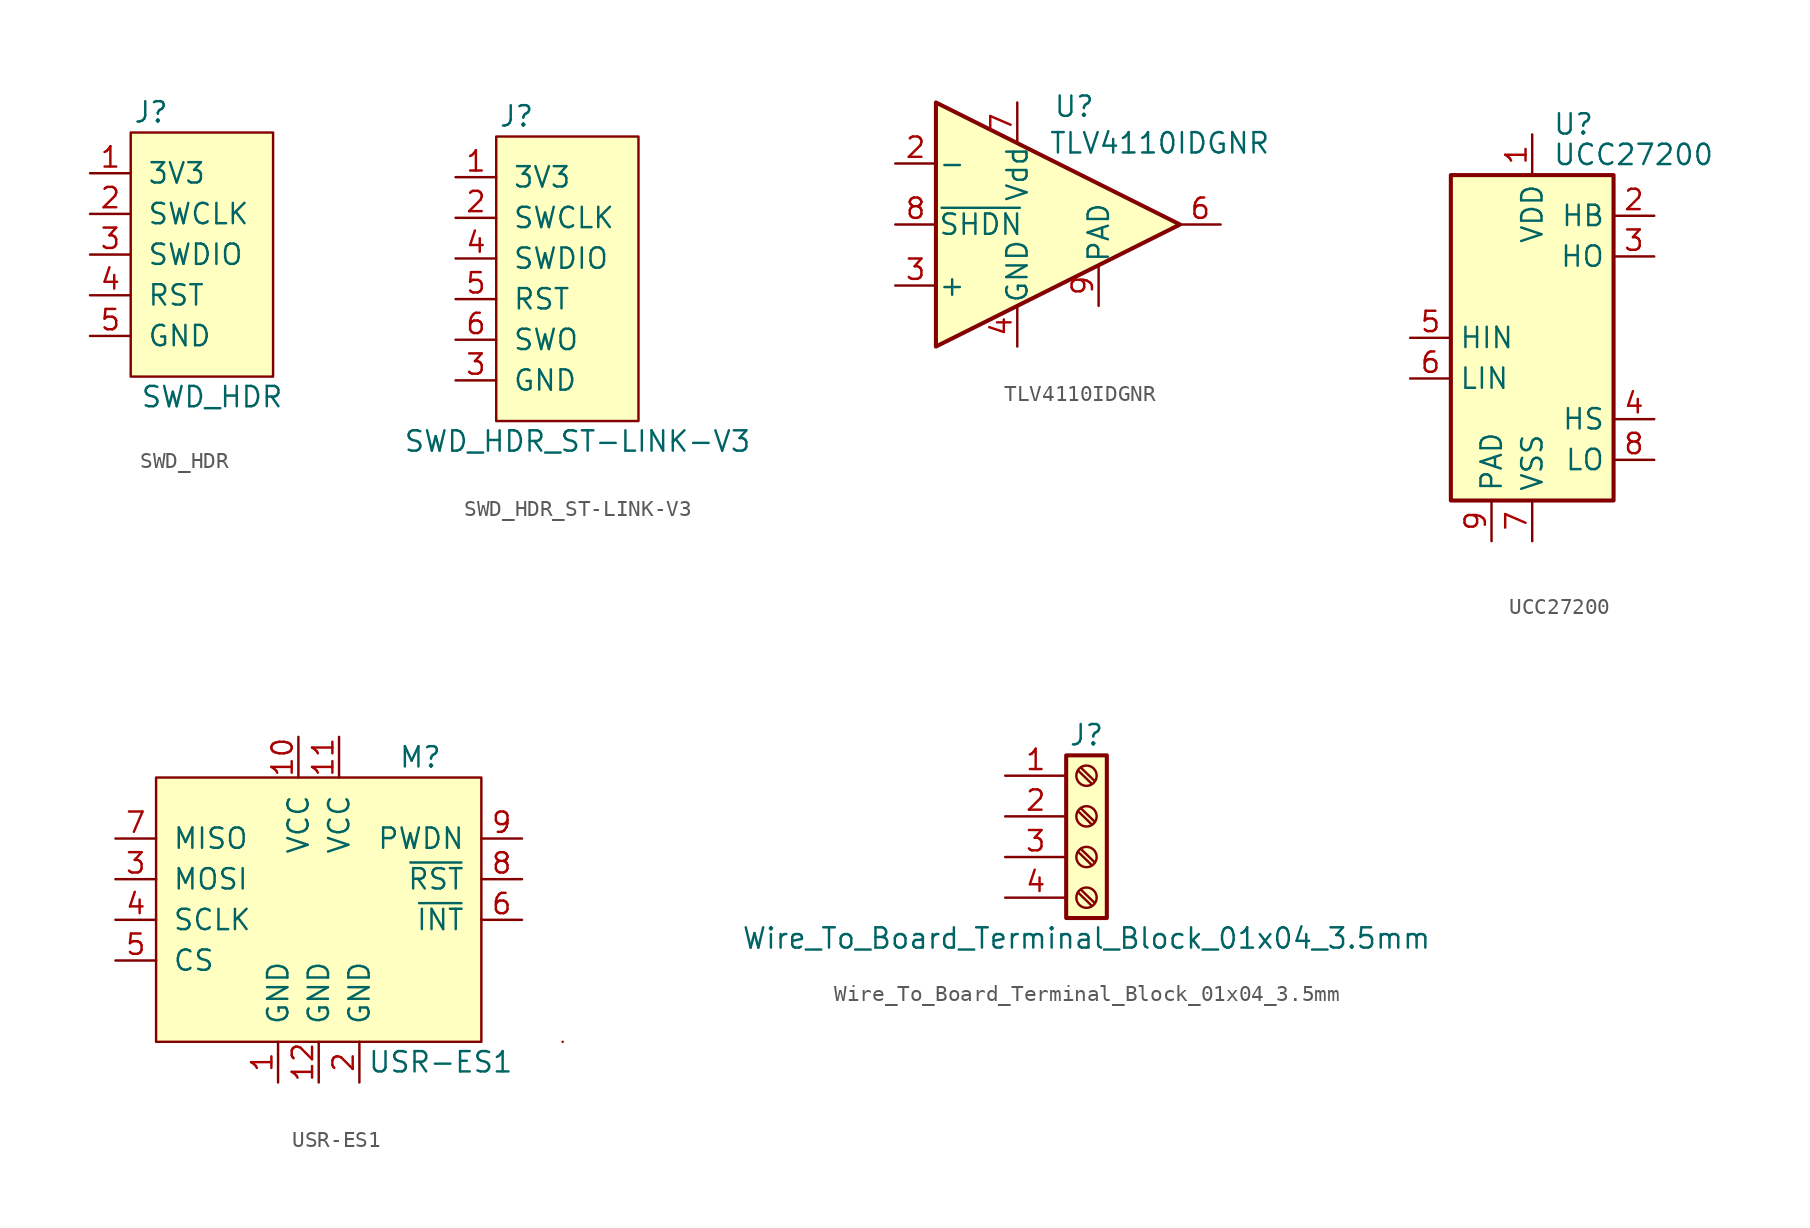
<source format=kicad_sym>
(kicad_symbol_lib
  (version 20211014)
  (generator kicad_symbol_editor)
  (symbol "SWD_HDR"
    (pin_names
      (offset 1.016))
    (property "Reference" "J"
      (at 1.27 16.51 0)
      (effects (font (size 1.27 1.27))))
    (property "Value" "SWD_HDR"
      (at 5.08 -1.27 0)
      (effects (font (size 1.27 1.27))))
    (symbol "SWD_HDR_0_1"
      (rectangle (start 0 0) (end 8.89 15.24) (stroke (width 0) (type default) (color 0 0 0 0)) (fill (type background))))
    (symbol "SWD_HDR_1_1"
      (pin power_in line (at -2.54 12.7 0) (length 2.54) (name "3V3" (effects (font (size 1.27 1.27)))) (number "1" (effects (font (size 1.27 1.27)))))
      (pin bidirectional line (at -2.54 10.16 0) (length 2.54) (name "SWCLK" (effects (font (size 1.27 1.27)))) (number "2" (effects (font (size 1.27 1.27)))))
      (pin bidirectional line (at -2.54 7.62 0) (length 2.54) (name "SWDIO" (effects (font (size 1.27 1.27)))) (number "3" (effects (font (size 1.27 1.27)))))
      (pin input line (at -2.54 5.08 0) (length 2.54) (name "RST" (effects (font (size 1.27 1.27)))) (number "4" (effects (font (size 1.27 1.27)))))
      (pin power_in line (at -2.54 2.54 0) (length 2.54) (name "GND" (effects (font (size 1.27 1.27)))) (number "5" (effects (font (size 1.27 1.27)))))))
  (symbol "SWD_HDR_ST-LINK-V3"
    (pin_names
      (offset 1.016))
    (property "Reference" "J"
      (at 1.27 19.05 0)
      (effects (font (size 1.27 1.27))))
    (property "Value" "SWD_HDR_ST-LINK-V3"
      (at 5.08 -1.27 0)
      (effects (font (size 1.27 1.27))))
    (symbol "SWD_HDR_ST-LINK-V3_0_1"
      (rectangle (start 0 0) (end 8.89 17.78) (stroke (width 0) (type default) (color 0 0 0 0)) (fill (type background))))
    (symbol "SWD_HDR_ST-LINK-V3_1_1"
      (pin power_in line (at -2.54 15.24 0) (length 2.54) (name "3V3" (effects (font (size 1.27 1.27)))) (number "1" (effects (font (size 1.27 1.27)))))
      (pin bidirectional line (at -2.54 12.7 0) (length 2.54) (name "SWCLK" (effects (font (size 1.27 1.27)))) (number "2" (effects (font (size 1.27 1.27)))))
      (pin power_in line (at -2.54 2.54 0) (length 2.54) (name "GND" (effects (font (size 1.27 1.27)))) (number "3" (effects (font (size 1.27 1.27)))))
      (pin bidirectional line (at -2.54 10.16 0) (length 2.54) (name "SWDIO" (effects (font (size 1.27 1.27)))) (number "4" (effects (font (size 1.27 1.27)))))
      (pin input line (at -2.54 7.62 0) (length 2.54) (name "RST" (effects (font (size 1.27 1.27)))) (number "5" (effects (font (size 1.27 1.27)))))
      (pin bidirectional line (at -2.54 5.08 0) (length 2.54) (name "SWO" (effects (font (size 1.27 1.27)))) (number "6" (effects (font (size 1.27 1.27)))))))
  (symbol "TLV4110IDGNR"
    (pin_names
      (offset 0.127))
    (property "Reference" "U"
      (at 3.556 7.366 0)
      (effects (font (size 1.27 1.27))))
    (property "Value" "TLV4110IDGNR"
      (at 8.89 5.08 0)
      (effects (font (size 1.27 1.27))))
    (symbol "TLV4110IDGNR_0_1"
      (polyline (pts (xy -5.08 7.62) (xy -5.08 -7.62) (xy 10.16 0) (xy -5.08 7.62)) (stroke (width 0.254) (type default) (color 0 0 0 0)) (fill (type background))))
    (symbol "TLV4110IDGNR_1_1"
      (pin input line (at -7.62 3.81 0) (length 2.54) (name "-" (effects (font (size 1.27 1.27)))) (number "2" (effects (font (size 1.27 1.27)))))
      (pin input line (at -7.62 -3.81 0) (length 2.54) (name "+" (effects (font (size 1.27 1.27)))) (number "3" (effects (font (size 1.27 1.27)))))
      (pin power_in line (at 0 -7.62 90) (length 2.54) (name "GND" (effects (font (size 1.27 1.27)))) (number "4" (effects (font (size 1.27 1.27)))))
      (pin output line (at 12.7 0 180) (length 2.54) (name "~" (effects (font (size 1.27 1.27)))) (number "6" (effects (font (size 1.27 1.27)))))
      (pin power_in line (at 0 7.62 270) (length 2.54) (name "Vdd" (effects (font (size 1.27 1.27)))) (number "7" (effects (font (size 1.27 1.27)))))
      (pin passive line (at -7.62 0 0) (length 2.54) (name "~{SHDN}" (effects (font (size 1.27 1.27)))) (number "8" (effects (font (size 1.27 1.27)))))
      (pin passive line (at 5.08 -5.08 90) (length 2.54) (name "PAD" (effects (font (size 1.27 1.27)))) (number "9" (effects (font (size 1.27 1.27)))))))
  (symbol "UCC27200"
    (property "Reference" "U"
      (at 1.27 13.335 0)
      (effects (font (size 1.27 1.27)) (justify left)))
    (property "Value" "UCC27200"
      (at 1.27 11.43 0)
      (effects (font (size 1.27 1.27)) (justify left)))
    (symbol "UCC27200_0_1"
      (rectangle (start -5.08 -10.16) (end 5.08 10.16) (stroke (width 0.254) (type default) (color 0 0 0 0)) (fill (type background))))
    (symbol "UCC27200_1_1"
      (pin power_in line (at 0 12.7 270) (length 2.54) (name "VDD" (effects (font (size 1.27 1.27)))) (number "1" (effects (font (size 1.27 1.27)))))
      (pin passive line (at 7.62 7.62 180) (length 2.54) (name "HB" (effects (font (size 1.27 1.27)))) (number "2" (effects (font (size 1.27 1.27)))))
      (pin output line (at 7.62 5.08 180) (length 2.54) (name "HO" (effects (font (size 1.27 1.27)))) (number "3" (effects (font (size 1.27 1.27)))))
      (pin passive line (at 7.62 -5.08 180) (length 2.54) (name "HS" (effects (font (size 1.27 1.27)))) (number "4" (effects (font (size 1.27 1.27)))))
      (pin input line (at -7.62 0 0) (length 2.54) (name "HIN" (effects (font (size 1.27 1.27)))) (number "5" (effects (font (size 1.27 1.27)))))
      (pin input line (at -7.62 -2.54 0) (length 2.54) (name "LIN" (effects (font (size 1.27 1.27)))) (number "6" (effects (font (size 1.27 1.27)))))
      (pin power_in line (at 0 -12.7 90) (length 2.54) (name "VSS" (effects (font (size 1.27 1.27)))) (number "7" (effects (font (size 1.27 1.27)))))
      (pin output line (at 7.62 -7.62 180) (length 2.54) (name "LO" (effects (font (size 1.27 1.27)))) (number "8" (effects (font (size 1.27 1.27)))))
      (pin power_in line (at -2.54 -12.7 90) (length 2.54) (name "PAD" (effects (font (size 1.27 1.27)))) (number "9" (effects (font (size 1.27 1.27)))))))
  (symbol "USR-ES1"
    (pin_names
      (offset 1.016))
    (property "Reference" "M"
      (at 16.51 15.24 0)
      (effects (font (size 1.27 1.27))))
    (property "Value" "USR-ES1"
      (at 17.78 -3.81 0)
      (effects (font (size 1.27 1.27))))
    (symbol "USR-ES1_0_1"
      (rectangle (start 0 13.97) (end 20.32 -2.54) (stroke (width 0) (type default) (color 0 0 0 0)) (fill (type background)))
      (rectangle (start 25.4 -2.54) (end 25.4 -2.54) (stroke (width 0) (type default) (color 0 0 0 0)) (fill (type none))))
    (symbol "USR-ES1_1_1"
      (pin power_in line (at 7.62 -5.08 90) (length 2.54) (name "GND" (effects (font (size 1.27 1.27)))) (number "1" (effects (font (size 1.27 1.27)))))
      (pin power_in line (at 8.89 16.51 270) (length 2.54) (name "VCC" (effects (font (size 1.27 1.27)))) (number "10" (effects (font (size 1.27 1.27)))))
      (pin power_in line (at 11.43 16.51 270) (length 2.54) (name "VCC" (effects (font (size 1.27 1.27)))) (number "11" (effects (font (size 1.27 1.27)))))
      (pin power_in line (at 10.16 -5.08 90) (length 2.54) (name "GND" (effects (font (size 1.27 1.27)))) (number "12" (effects (font (size 1.27 1.27)))))
      (pin power_in line (at 12.7 -5.08 90) (length 2.54) (name "GND" (effects (font (size 1.27 1.27)))) (number "2" (effects (font (size 1.27 1.27)))))
      (pin input line (at -2.54 7.62 0) (length 2.54) (name "MOSI" (effects (font (size 1.27 1.27)))) (number "3" (effects (font (size 1.27 1.27)))))
      (pin input line (at -2.54 5.08 0) (length 2.54) (name "SCLK" (effects (font (size 1.27 1.27)))) (number "4" (effects (font (size 1.27 1.27)))))
      (pin input line (at -2.54 2.54 0) (length 2.54) (name "CS" (effects (font (size 1.27 1.27)))) (number "5" (effects (font (size 1.27 1.27)))))
      (pin output line (at 22.86 5.08 180) (length 2.54) (name "~{INT}" (effects (font (size 1.27 1.27)))) (number "6" (effects (font (size 1.27 1.27)))))
      (pin output line (at -2.54 10.16 0) (length 2.54) (name "MISO" (effects (font (size 1.27 1.27)))) (number "7" (effects (font (size 1.27 1.27)))))
      (pin input line (at 22.86 7.62 180) (length 2.54) (name "~{RST}" (effects (font (size 1.27 1.27)))) (number "8" (effects (font (size 1.27 1.27)))))
      (pin input line (at 22.86 10.16 180) (length 2.54) (name "PWDN" (effects (font (size 1.27 1.27)))) (number "9" (effects (font (size 1.27 1.27)))))))
  (symbol "Wire_To_Board_Terminal_Block_01x04_3.5mm"
    (pin_names
      (offset 1.016) hide)
    (property "Reference" "J"
      (at 0 5.08 0)
      (effects (font (size 1.27 1.27))))
    (property "Value" "Wire_To_Board_Terminal_Block_01x04_3.5mm"
      (at 0 -7.62 0)
      (effects (font (size 1.27 1.27))))
    (symbol "Wire_To_Board_Terminal_Block_01x04_3.5mm_1_1"
      (rectangle (start -1.27 3.81) (end 1.27 -6.35) (stroke (width 0.254) (type default) (color 0 0 0 0)) (fill (type background)))
      (circle (center 0 -5.08) (radius 0.635) (stroke (width 0.152) (type default) (color 0 0 0 0)) (fill (type none)))
      (circle (center 0 -2.54) (radius 0.635) (stroke (width 0.152) (type default) (color 0 0 0 0)) (fill (type none)))
      (polyline (pts (xy -0.533 -4.75) (xy 0.33 -5.588)) (stroke (width 0.152) (type default) (color 0 0 0 0)) (fill (type none)))
      (polyline (pts (xy -0.533 -2.21) (xy 0.33 -3.048)) (stroke (width 0.152) (type default) (color 0 0 0 0)) (fill (type none)))
      (polyline (pts (xy -0.533 0.33) (xy 0.33 -0.508)) (stroke (width 0.152) (type default) (color 0 0 0 0)) (fill (type none)))
      (polyline (pts (xy -0.533 2.87) (xy 0.33 2.032)) (stroke (width 0.152) (type default) (color 0 0 0 0)) (fill (type none)))
      (polyline (pts (xy -0.356 -4.572) (xy 0.508 -5.41)) (stroke (width 0.152) (type default) (color 0 0 0 0)) (fill (type none)))
      (polyline (pts (xy -0.356 -2.032) (xy 0.508 -2.87)) (stroke (width 0.152) (type default) (color 0 0 0 0)) (fill (type none)))
      (polyline (pts (xy -0.356 0.508) (xy 0.508 -0.33)) (stroke (width 0.152) (type default) (color 0 0 0 0)) (fill (type none)))
      (polyline (pts (xy -0.356 3.048) (xy 0.508 2.21)) (stroke (width 0.152) (type default) (color 0 0 0 0)) (fill (type none)))
      (circle (center 0 0) (radius 0.635) (stroke (width 0.152) (type default) (color 0 0 0 0)) (fill (type none)))
      (circle (center 0 2.54) (radius 0.635) (stroke (width 0.152) (type default) (color 0 0 0 0)) (fill (type none)))
      (pin passive line (at -5.08 2.54 0) (length 3.81) (name "Pin_1" (effects (font (size 1.27 1.27)))) (number "1" (effects (font (size 1.27 1.27)))))
      (pin passive line (at -5.08 0 0) (length 3.81) (name "Pin_2" (effects (font (size 1.27 1.27)))) (number "2" (effects (font (size 1.27 1.27)))))
      (pin passive line (at -5.08 -2.54 0) (length 3.81) (name "Pin_3" (effects (font (size 1.27 1.27)))) (number "3" (effects (font (size 1.27 1.27)))))
      (pin passive line (at -5.08 -5.08 0) (length 3.81) (name "Pin_4" (effects (font (size 1.27 1.27)))) (number "4" (effects (font (size 1.27 1.27))))))))
</source>
